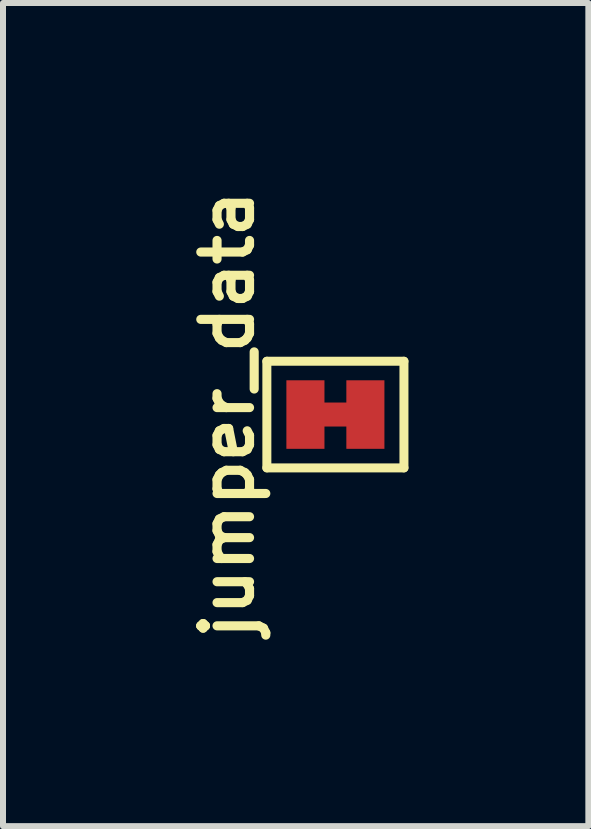
<source format=kicad_pcb>
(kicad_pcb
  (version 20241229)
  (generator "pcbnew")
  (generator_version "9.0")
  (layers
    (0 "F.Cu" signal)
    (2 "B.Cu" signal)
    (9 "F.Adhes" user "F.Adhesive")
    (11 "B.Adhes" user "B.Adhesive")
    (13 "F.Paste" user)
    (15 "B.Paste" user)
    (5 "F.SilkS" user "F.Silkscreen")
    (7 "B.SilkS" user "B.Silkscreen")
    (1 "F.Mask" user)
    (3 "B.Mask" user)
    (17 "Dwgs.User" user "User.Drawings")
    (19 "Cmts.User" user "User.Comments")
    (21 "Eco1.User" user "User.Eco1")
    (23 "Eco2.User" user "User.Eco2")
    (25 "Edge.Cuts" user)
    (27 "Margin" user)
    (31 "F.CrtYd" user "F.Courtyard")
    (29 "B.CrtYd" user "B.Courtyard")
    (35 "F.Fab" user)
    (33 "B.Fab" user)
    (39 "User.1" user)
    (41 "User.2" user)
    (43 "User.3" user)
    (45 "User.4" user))
  (footprint "jumper_data"
    (layer "F.Cu")
    (at 2.543 3.863)
    (property "Reference" "jumper_data" (at -1.8 0 90) (layer "F.SilkS") (effects (font (size 0.813 0.813) (thickness 0.152))))
    (attr smd)
    (fp_poly (pts (xy -0.2 -0.15) (xy 0.2 -0.15) (xy 0.2 0.15) (xy -0.2 0.15)) (stroke (width 0.1) (type solid)) (fill yes) (layer "F.Cu"))
    (fp_line (start -1.143 -0.889) (end 1.143 -0.889) (stroke (width 0.15) (type solid)) (layer "F.SilkS"))
    (fp_line (start -1.143 0.889) (end -1.143 -0.889) (stroke (width 0.15) (type solid)) (layer "F.SilkS"))
    (fp_line (start 1.143 -0.889) (end 1.143 0.889) (stroke (width 0.15) (type solid)) (layer "F.SilkS"))
    (fp_line (start 1.143 0.889) (end -1.143 0.889) (stroke (width 0.15) (type solid)) (layer "F.SilkS"))
    (pad "1" smd rect (at -0.5 0) (size 0.635 1.143) (layers "F.Cu" "F.Mask" "F.Paste"))
    (pad "2" smd rect (at 0.5 0) (size 0.635 1.143) (layers "F.Cu" "F.Mask" "F.Paste")))
  (gr_rect
    (start -3 -3)
    (end 6.761 10.726)
    (stroke (width 0.1) (type default))
    (fill no)
    (layer "Edge.Cuts")))
</source>
